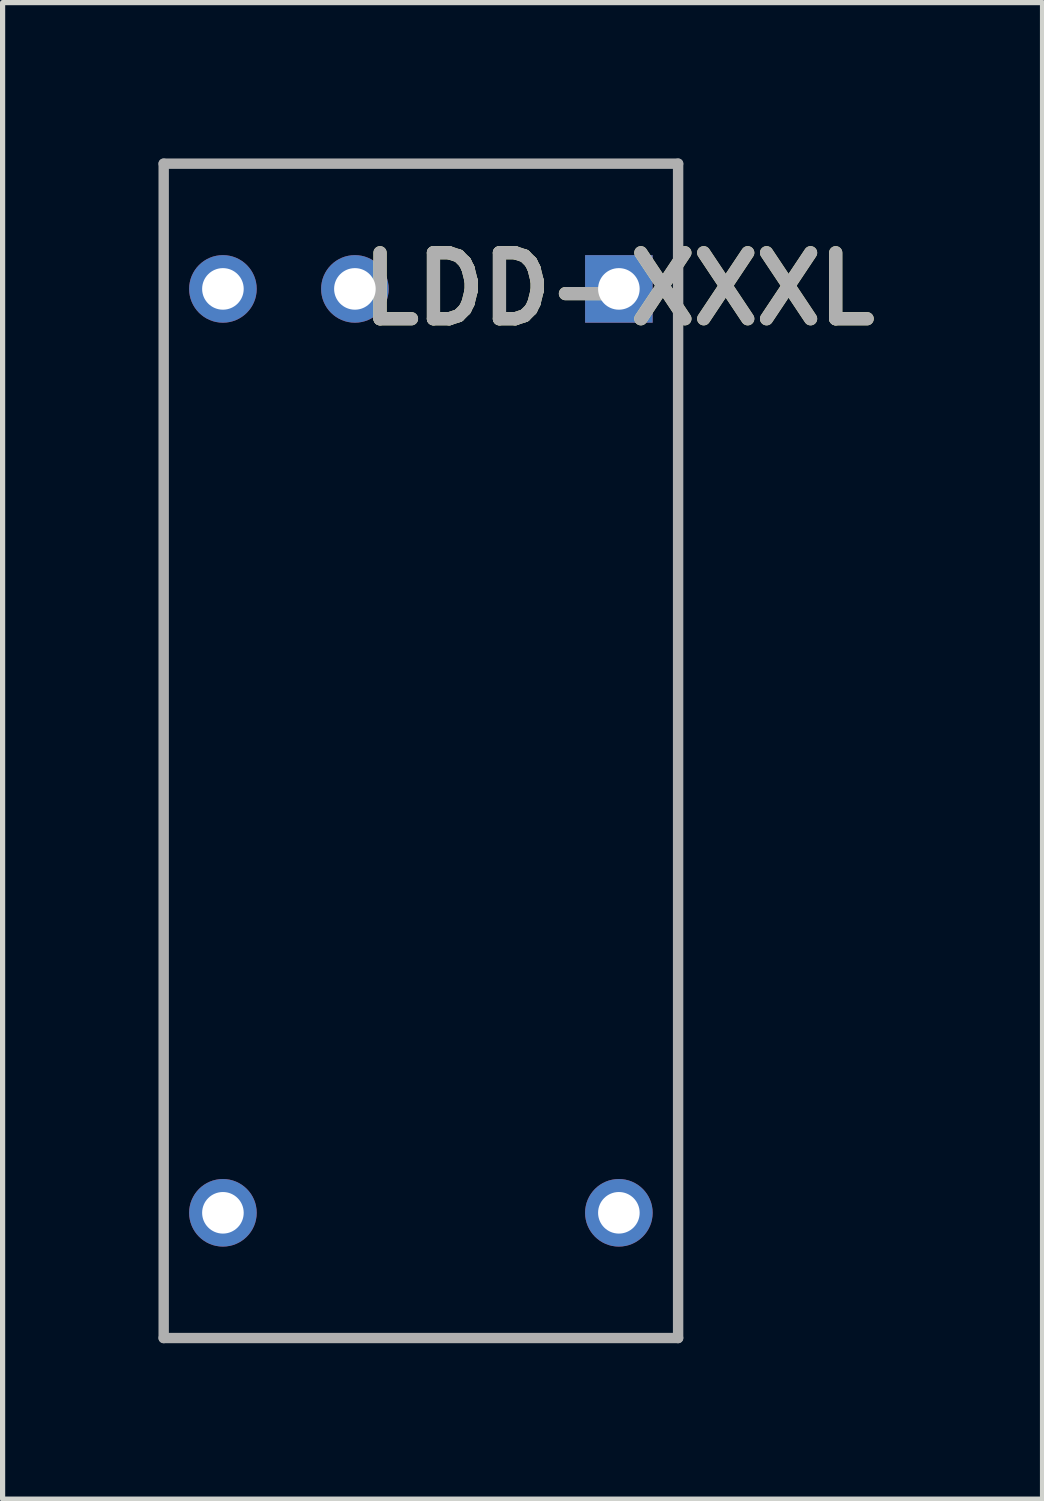
<source format=kicad_pcb>
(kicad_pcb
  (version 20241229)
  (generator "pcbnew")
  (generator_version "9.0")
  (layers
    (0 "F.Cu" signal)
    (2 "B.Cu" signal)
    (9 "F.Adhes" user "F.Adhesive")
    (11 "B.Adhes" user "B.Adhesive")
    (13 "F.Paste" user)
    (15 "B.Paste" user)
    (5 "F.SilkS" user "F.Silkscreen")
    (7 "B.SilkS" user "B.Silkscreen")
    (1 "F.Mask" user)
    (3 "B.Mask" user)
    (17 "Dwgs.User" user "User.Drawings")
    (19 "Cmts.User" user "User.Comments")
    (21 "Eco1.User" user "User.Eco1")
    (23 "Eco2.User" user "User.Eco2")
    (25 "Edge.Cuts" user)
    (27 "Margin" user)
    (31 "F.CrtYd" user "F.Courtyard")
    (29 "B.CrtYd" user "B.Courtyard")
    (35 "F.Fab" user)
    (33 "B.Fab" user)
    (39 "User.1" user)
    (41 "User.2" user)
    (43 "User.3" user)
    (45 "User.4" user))
  (footprint "LDD-XXXL"
    (layer "F.Cu")
    (at 8.86 2.51)
    (property "Reference" "LDD-XXXL" (at 0 0 0) (layer "F.SilkS") (effects (font (size 1.27 1.27) (thickness 0.254))))
    (attr through_hole)
    (fp_line (start -8.76 -2.41) (end 1.14 -2.41) (stroke (width 0.1) (type solid)) (layer "F.SilkS"))
    (fp_line (start -8.76 20.19) (end -8.76 -2.41) (stroke (width 0.1) (type solid)) (layer "F.SilkS"))
    (fp_line (start 1.14 -2.41) (end 1.14 20.19) (stroke (width 0.1) (type solid)) (layer "F.SilkS"))
    (fp_line (start 1.14 20.19) (end -8.76 20.19) (stroke (width 0.1) (type solid)) (layer "F.SilkS"))
    (fp_line (start -8.76 -2.41) (end -8.76 20.19) (stroke (width 0.2) (type solid)) (layer "F.Fab"))
    (fp_line (start -8.76 20.19) (end 1.14 20.19) (stroke (width 0.2) (type solid)) (layer "F.Fab"))
    (fp_line (start 1.14 -2.41) (end -8.76 -2.41) (stroke (width 0.2) (type solid)) (layer "F.Fab"))
    (fp_line (start 1.14 20.19) (end 1.14 -2.41) (stroke (width 0.2) (type solid)) (layer "F.Fab"))
    (fp_text user "${REFERENCE}" (at 0 0 0) (layer "F.Fab") (effects (font (size 1.27 1.27) (thickness 0.254))))
    (pad "1" thru_hole rect (at 0 0) (size 1.3 1.3) (drill 0.8) (layers "*.Cu" "*.Mask"))
    (pad "3" thru_hole circle (at -5.08 0) (size 1.3 1.3) (drill 0.8) (layers "*.Cu" "*.Mask"))
    (pad "4" thru_hole circle (at -7.62 0) (size 1.3 1.3) (drill 0.8) (layers "*.Cu" "*.Mask"))
    (pad "5" thru_hole circle (at -7.62 17.78) (size 1.3 1.3) (drill 0.8) (layers "*.Cu" "*.Mask"))
    (pad "6" thru_hole circle (at 0 17.78) (size 1.3 1.3) (drill 0.8) (layers "*.Cu" "*.Mask")))
  (gr_rect
    (start -3 -3)
    (end 17.013 25.8)
    (stroke (width 0.1) (type default))
    (fill no)
    (layer "Edge.Cuts")))
</source>
